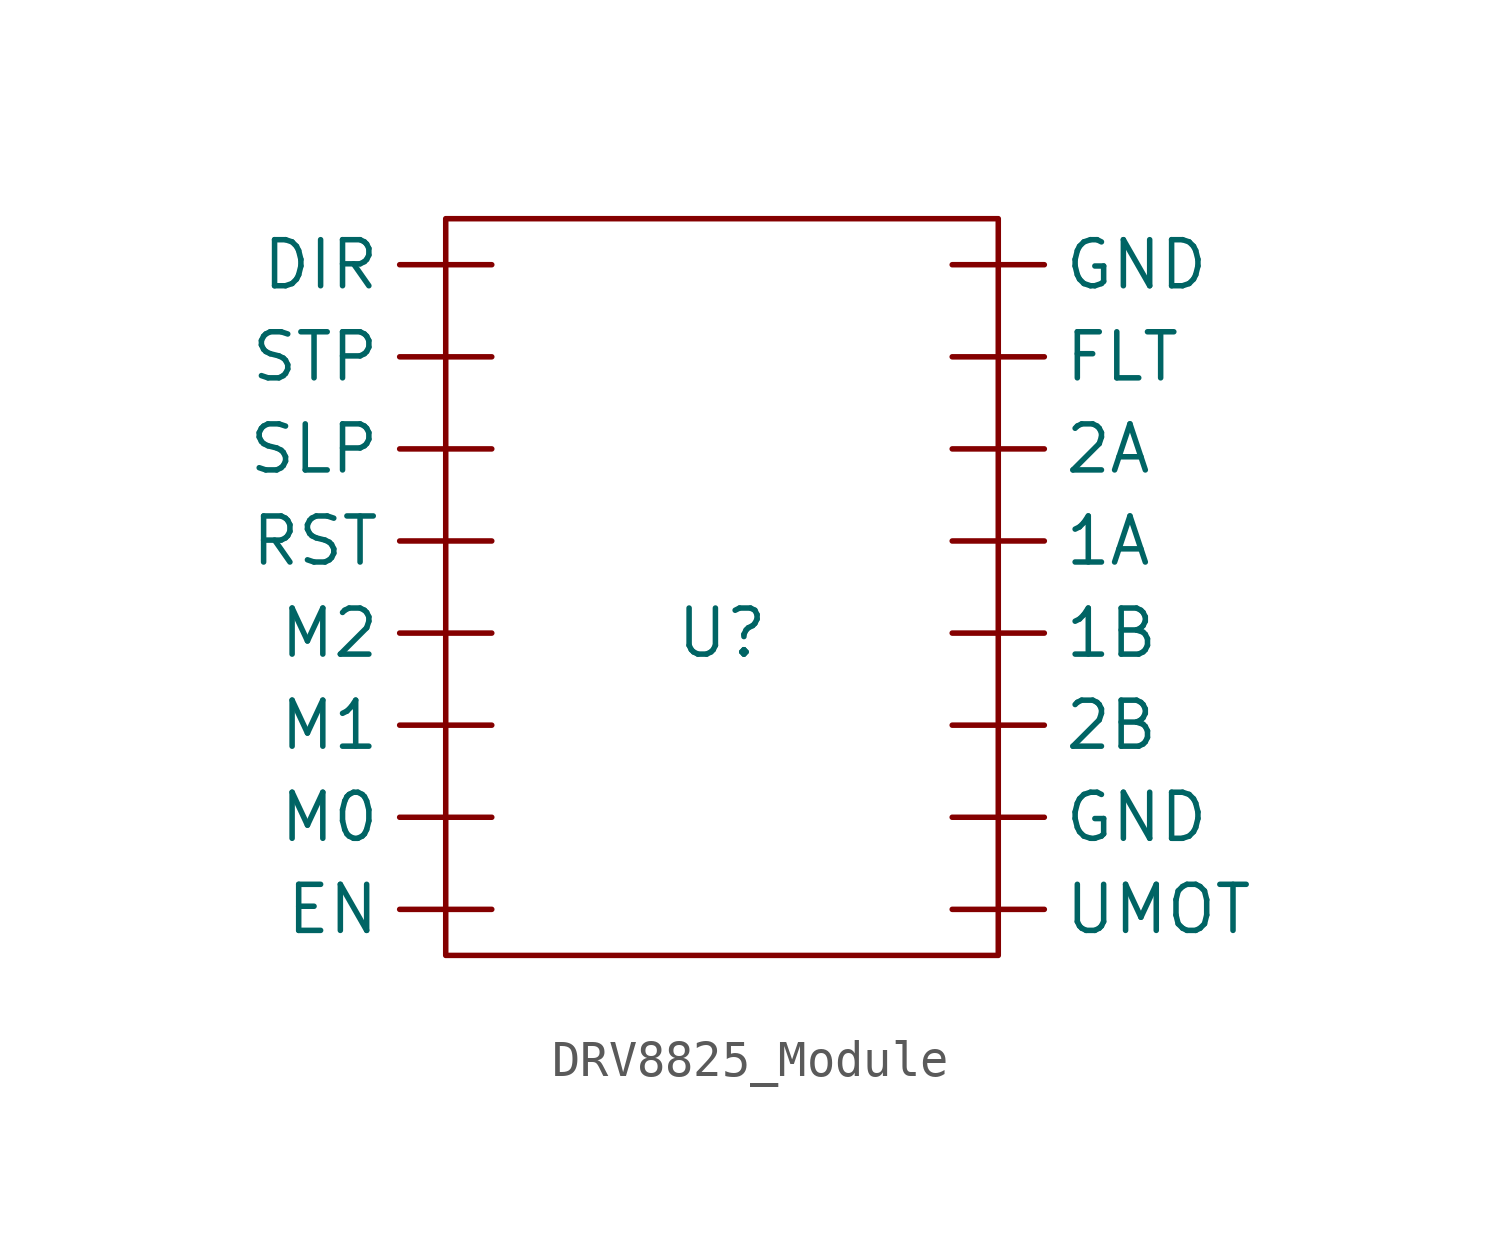
<source format=kicad_sym>
(kicad_symbol_lib
  (version 20241209)
  (generator "kicad_symbol_editor")
  (generator_version "9.0")
  (symbol "DRV8825_Module"
    (property "Reference" "U"
      (at 0 0 0)
      (effects (font (size 1.27 1.27))))
    (property "Value" ""
      (at 0 0 0)
      (effects (font (size 1.27 1.27))))
    (symbol "DRV8825_Module_0_1"
      (rectangle (start -7.62 11.43) (end 7.62 -8.89) (stroke (width 0) (type default)) (fill (type none))))
    (symbol "DRV8825_Module_1_1"
      (pin input line (at -6.35 10.16 180) (length 2.54) (name "DIR" (effects (font (size 1.27 1.27)))) (number "" (effects (font (size 1.27 1.27)))))
      (pin input line (at -6.35 7.62 180) (length 2.54) (name "STP" (effects (font (size 1.27 1.27)))) (number "" (effects (font (size 1.27 1.27)))))
      (pin input line (at -6.35 5.08 180) (length 2.54) (name "SLP" (effects (font (size 1.27 1.27)))) (number "" (effects (font (size 1.27 1.27)))))
      (pin input line (at -6.35 2.54 180) (length 2.54) (name "RST" (effects (font (size 1.27 1.27)))) (number "" (effects (font (size 1.27 1.27)))))
      (pin input line (at -6.35 0 180) (length 2.54) (name "M2" (effects (font (size 1.27 1.27)))) (number "" (effects (font (size 1.27 1.27)))))
      (pin input line (at -6.35 -2.54 180) (length 2.54) (name "M1" (effects (font (size 1.27 1.27)))) (number "" (effects (font (size 1.27 1.27)))))
      (pin input line (at -6.35 -5.08 180) (length 2.54) (name "M0" (effects (font (size 1.27 1.27)))) (number "" (effects (font (size 1.27 1.27)))))
      (pin input line (at -6.35 -7.62 180) (length 2.54) (name "EN" (effects (font (size 1.27 1.27)))) (number "" (effects (font (size 1.27 1.27)))))
      (pin input line (at 6.35 10.16 0) (length 2.54) (name "GND" (effects (font (size 1.27 1.27)))) (number "" (effects (font (size 1.27 1.27)))))
      (pin input line (at 6.35 7.62 0) (length 2.54) (name "FLT" (effects (font (size 1.27 1.27)))) (number "" (effects (font (size 1.27 1.27)))))
      (pin input line (at 6.35 5.08 0) (length 2.54) (name "2A" (effects (font (size 1.27 1.27)))) (number "" (effects (font (size 1.27 1.27)))))
      (pin input line (at 6.35 2.54 0) (length 2.54) (name "1A" (effects (font (size 1.27 1.27)))) (number "" (effects (font (size 1.27 1.27)))))
      (pin input line (at 6.35 0 0) (length 2.54) (name "1B" (effects (font (size 1.27 1.27)))) (number "" (effects (font (size 1.27 1.27)))))
      (pin input line (at 6.35 -2.54 0) (length 2.54) (name "2B" (effects (font (size 1.27 1.27)))) (number "" (effects (font (size 1.27 1.27)))))
      (pin input line (at 6.35 -5.08 0) (length 2.54) (name "GND" (effects (font (size 1.27 1.27)))) (number "" (effects (font (size 1.27 1.27)))))
      (pin input line (at 6.35 -7.62 0) (length 2.54) (name "UMOT" (effects (font (size 1.27 1.27)))) (number "" (effects (font (size 1.27 1.27))))))))
</source>
